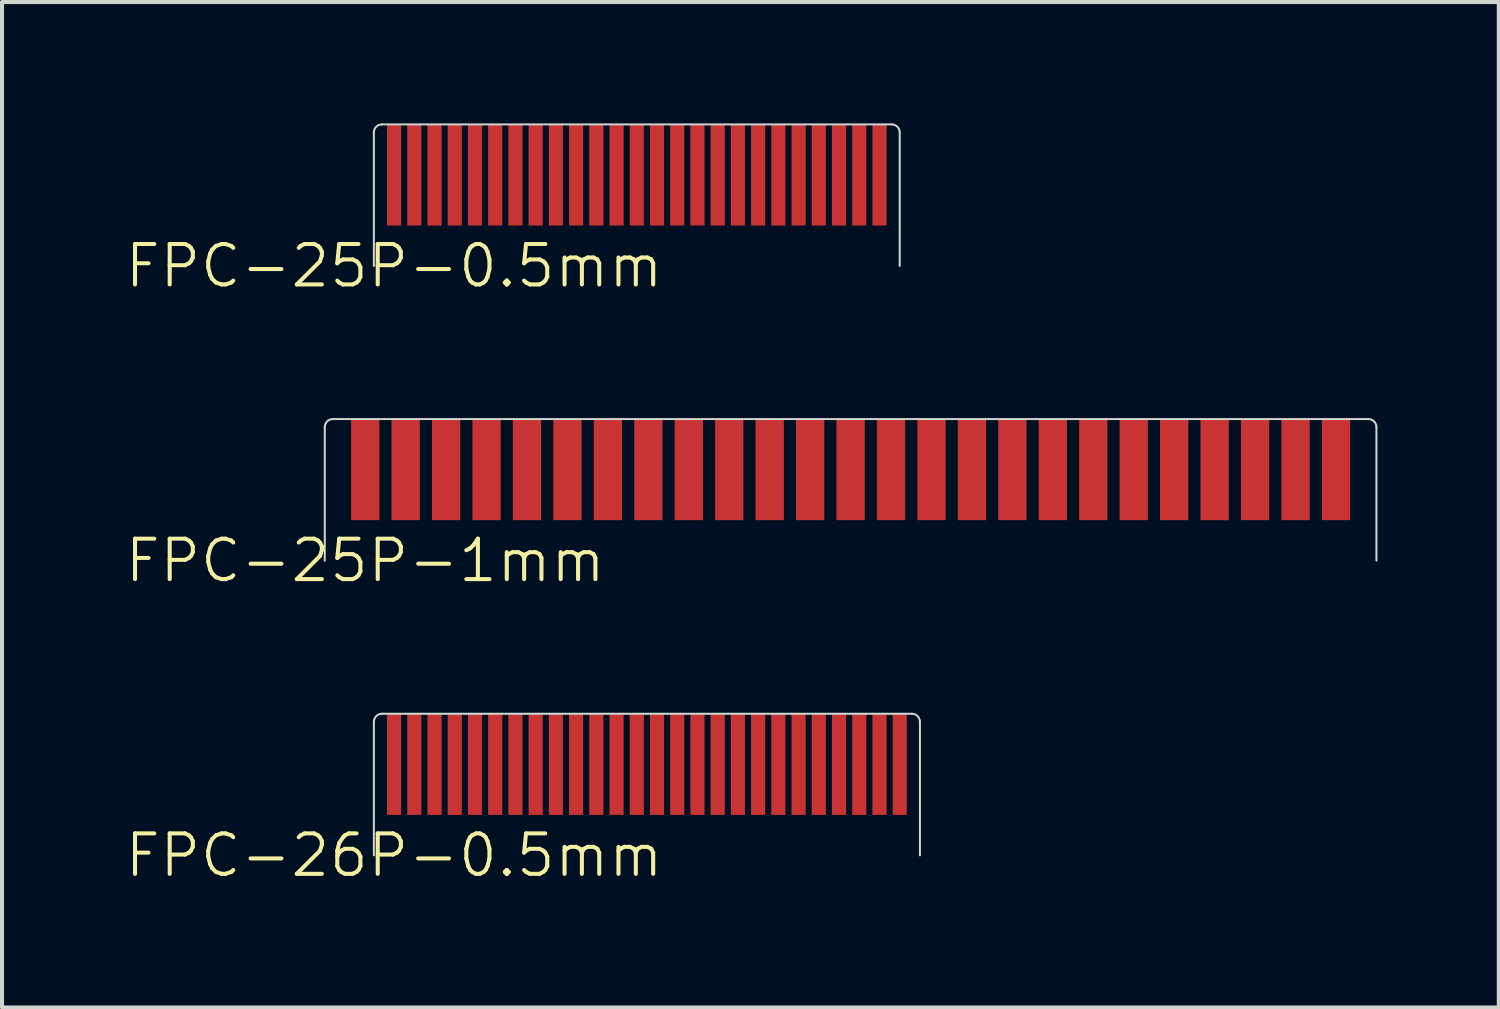
<source format=kicad_pcb>
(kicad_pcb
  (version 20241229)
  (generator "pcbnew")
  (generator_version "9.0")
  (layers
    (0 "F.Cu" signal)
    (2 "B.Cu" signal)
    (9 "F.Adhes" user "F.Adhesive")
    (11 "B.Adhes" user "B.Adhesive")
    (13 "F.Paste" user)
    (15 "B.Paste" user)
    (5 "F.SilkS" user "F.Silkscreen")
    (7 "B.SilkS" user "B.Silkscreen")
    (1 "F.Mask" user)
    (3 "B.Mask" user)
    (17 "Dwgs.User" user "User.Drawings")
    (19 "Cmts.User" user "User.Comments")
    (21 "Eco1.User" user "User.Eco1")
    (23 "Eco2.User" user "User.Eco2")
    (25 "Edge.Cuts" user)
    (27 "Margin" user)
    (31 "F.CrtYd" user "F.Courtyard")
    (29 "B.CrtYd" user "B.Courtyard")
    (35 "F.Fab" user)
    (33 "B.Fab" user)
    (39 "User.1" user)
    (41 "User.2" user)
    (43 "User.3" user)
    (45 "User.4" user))
  (footprint "FPC-26P-0.5mm"
    (layer "F.Cu")
    (at 6.693 15.846)
    (property "Reference" "FPC-26P-0.5mm" (at 0 2.25 0) (unlocked yes) (layer "F.SilkS") (effects (font (size 1 1) (thickness 0.1))))
    (attr smd)
    (fp_line (start -0.5 2.25) (end -0.5 -1.05) (stroke (width 0.05) (type default)) (layer "Edge.Cuts"))
    (fp_line (start -0.3 -1.25) (end 12.8 -1.25) (stroke (width 0.05) (type default)) (layer "Edge.Cuts"))
    (fp_line (start 13 2.25) (end 13 -1.05) (stroke (width 0.05) (type default)) (layer "Edge.Cuts"))
    (fp_arc (start -0.5 -1.05) (mid -0.441421 -1.191421) (end -0.3 -1.25) (stroke (width 0.05) (type default)) (layer "Edge.Cuts"))
    (fp_arc (start 12.8 -1.25) (mid 12.941421 -1.191421) (end 13 -1.05) (stroke (width 0.05) (type default)) (layer "Edge.Cuts"))
    (fp_line (start -0.5 2.25) (end -0.5 -1.05) (stroke (width 0.05) (type default)) (layer "User.1"))
    (fp_line (start -0.5 2.25) (end 13 2.25) (stroke (width 0.05) (type default)) (layer "User.1"))
    (fp_line (start -0.3 -1.25) (end 12.8 -1.25) (stroke (width 0.05) (type default)) (layer "User.1"))
    (fp_line (start 13 2.25) (end 13 -1.05) (stroke (width 0.05) (type default)) (layer "User.1"))
    (fp_arc (start -0.5 -1.05) (mid -0.441421 -1.191421) (end -0.3 -1.25) (stroke (width 0.05) (type default)) (layer "User.1"))
    (fp_arc (start 12.8 -1.25) (mid 12.941421 -1.191421) (end 13 -1.05) (stroke (width 0.05) (type default)) (layer "User.1"))
    (pad "1" smd rect (at 0 0 90) (size 2.5 0.35) (layers "F.Cu" "F.Mask" "F.Paste"))
    (pad "2" smd rect (at 0.5 0 90) (size 2.5 0.35) (layers "F.Cu" "F.Mask" "F.Paste"))
    (pad "3" smd rect (at 1 0 90) (size 2.5 0.35) (layers "F.Cu" "F.Mask" "F.Paste"))
    (pad "4" smd rect (at 1.5 0 90) (size 2.5 0.35) (layers "F.Cu" "F.Mask" "F.Paste"))
    (pad "5" smd rect (at 2 0 90) (size 2.5 0.35) (layers "F.Cu" "F.Mask" "F.Paste"))
    (pad "6" smd rect (at 2.5 0 90) (size 2.5 0.35) (layers "F.Cu" "F.Mask" "F.Paste"))
    (pad "7" smd rect (at 3 0 90) (size 2.5 0.35) (layers "F.Cu" "F.Mask" "F.Paste"))
    (pad "8" smd rect (at 3.5 0 90) (size 2.5 0.35) (layers "F.Cu" "F.Mask" "F.Paste"))
    (pad "9" smd rect (at 4 0 90) (size 2.5 0.35) (layers "F.Cu" "F.Mask" "F.Paste"))
    (pad "10" smd rect (at 4.5 0 90) (size 2.5 0.35) (layers "F.Cu" "F.Mask" "F.Paste"))
    (pad "11" smd rect (at 5 0 90) (size 2.5 0.35) (layers "F.Cu" "F.Mask" "F.Paste"))
    (pad "12" smd rect (at 5.5 0 90) (size 2.5 0.35) (layers "F.Cu" "F.Mask" "F.Paste"))
    (pad "13" smd rect (at 6 0 90) (size 2.5 0.35) (layers "F.Cu" "F.Mask" "F.Paste"))
    (pad "14" smd rect (at 6.5 0 90) (size 2.5 0.35) (layers "F.Cu" "F.Mask" "F.Paste"))
    (pad "15" smd rect (at 7 0 90) (size 2.5 0.35) (layers "F.Cu" "F.Mask" "F.Paste"))
    (pad "16" smd rect (at 7.5 0 90) (size 2.5 0.35) (layers "F.Cu" "F.Mask" "F.Paste"))
    (pad "17" smd rect (at 8 0 90) (size 2.5 0.35) (layers "F.Cu" "F.Mask" "F.Paste"))
    (pad "18" smd rect (at 8.5 0 90) (size 2.5 0.35) (layers "F.Cu" "F.Mask" "F.Paste"))
    (pad "19" smd rect (at 9 0 90) (size 2.5 0.35) (layers "F.Cu" "F.Mask" "F.Paste"))
    (pad "20" smd rect (at 9.5 0 90) (size 2.5 0.35) (layers "F.Cu" "F.Mask" "F.Paste"))
    (pad "21" smd rect (at 10 0 90) (size 2.5 0.35) (layers "F.Cu" "F.Mask" "F.Paste"))
    (pad "22" smd rect (at 10.5 0 90) (size 2.5 0.35) (layers "F.Cu" "F.Mask" "F.Paste"))
    (pad "23" smd rect (at 11 0 90) (size 2.5 0.35) (layers "F.Cu" "F.Mask" "F.Paste"))
    (pad "24" smd rect (at 11.5 0 90) (size 2.5 0.35) (layers "F.Cu" "F.Mask" "F.Paste"))
    (pad "25" smd rect (at 12 0 90) (size 2.5 0.35) (layers "F.Cu" "F.Mask" "F.Paste"))
    (pad "26" smd rect (at 12.5 0 90) (size 2.5 0.35) (layers "F.Cu" "F.Mask" "F.Paste")))
  (footprint "FPC-25P-0.5mm"
    (layer "F.Cu")
    (at 6.693 1.275)
    (property "Reference" "FPC-25P-0.5mm" (at 0 2.25 0) (unlocked yes) (layer "F.SilkS") (effects (font (size 1 1) (thickness 0.1))))
    (attr smd)
    (fp_line (start -0.5 2.25) (end -0.5 -1.05) (stroke (width 0.05) (type default)) (layer "Edge.Cuts"))
    (fp_line (start -0.3 -1.25) (end 12.3 -1.25) (stroke (width 0.05) (type default)) (layer "Edge.Cuts"))
    (fp_line (start 12.5 2.25) (end 12.5 -1.05) (stroke (width 0.05) (type default)) (layer "Edge.Cuts"))
    (fp_arc (start -0.5 -1.05) (mid -0.441421 -1.191421) (end -0.3 -1.25) (stroke (width 0.05) (type default)) (layer "Edge.Cuts"))
    (fp_arc (start 12.3 -1.25) (mid 12.441421 -1.191421) (end 12.5 -1.05) (stroke (width 0.05) (type default)) (layer "Edge.Cuts"))
    (fp_line (start -0.5 2.25) (end -0.5 -1.05) (stroke (width 0.05) (type default)) (layer "User.1"))
    (fp_line (start -0.5 2.25) (end 12.5 2.25) (stroke (width 0.05) (type default)) (layer "User.1"))
    (fp_line (start -0.3 -1.25) (end 12.3 -1.25) (stroke (width 0.05) (type default)) (layer "User.1"))
    (fp_line (start 12.5 2.25) (end 12.5 -1.05) (stroke (width 0.05) (type default)) (layer "User.1"))
    (fp_arc (start -0.5 -1.05) (mid -0.441421 -1.191421) (end -0.3 -1.25) (stroke (width 0.05) (type default)) (layer "User.1"))
    (fp_arc (start 12.3 -1.25) (mid 12.441421 -1.191421) (end 12.5 -1.05) (stroke (width 0.05) (type default)) (layer "User.1"))
    (pad "1" smd rect (at 0 0 90) (size 2.5 0.35) (layers "F.Cu" "F.Mask" "F.Paste"))
    (pad "2" smd rect (at 0.5 0 90) (size 2.5 0.35) (layers "F.Cu" "F.Mask" "F.Paste"))
    (pad "3" smd rect (at 1 0 90) (size 2.5 0.35) (layers "F.Cu" "F.Mask" "F.Paste"))
    (pad "4" smd rect (at 1.5 0 90) (size 2.5 0.35) (layers "F.Cu" "F.Mask" "F.Paste"))
    (pad "5" smd rect (at 2 0 90) (size 2.5 0.35) (layers "F.Cu" "F.Mask" "F.Paste"))
    (pad "6" smd rect (at 2.5 0 90) (size 2.5 0.35) (layers "F.Cu" "F.Mask" "F.Paste"))
    (pad "7" smd rect (at 3 0 90) (size 2.5 0.35) (layers "F.Cu" "F.Mask" "F.Paste"))
    (pad "8" smd rect (at 3.5 0 90) (size 2.5 0.35) (layers "F.Cu" "F.Mask" "F.Paste"))
    (pad "9" smd rect (at 4 0 90) (size 2.5 0.35) (layers "F.Cu" "F.Mask" "F.Paste"))
    (pad "10" smd rect (at 4.5 0 90) (size 2.5 0.35) (layers "F.Cu" "F.Mask" "F.Paste"))
    (pad "11" smd rect (at 5 0 90) (size 2.5 0.35) (layers "F.Cu" "F.Mask" "F.Paste"))
    (pad "12" smd rect (at 5.5 0 90) (size 2.5 0.35) (layers "F.Cu" "F.Mask" "F.Paste"))
    (pad "13" smd rect (at 6 0 90) (size 2.5 0.35) (layers "F.Cu" "F.Mask" "F.Paste"))
    (pad "14" smd rect (at 6.5 0 90) (size 2.5 0.35) (layers "F.Cu" "F.Mask" "F.Paste"))
    (pad "15" smd rect (at 7 0 90) (size 2.5 0.35) (layers "F.Cu" "F.Mask" "F.Paste"))
    (pad "16" smd rect (at 7.5 0 90) (size 2.5 0.35) (layers "F.Cu" "F.Mask" "F.Paste"))
    (pad "17" smd rect (at 8 0 90) (size 2.5 0.35) (layers "F.Cu" "F.Mask" "F.Paste"))
    (pad "18" smd rect (at 8.5 0 90) (size 2.5 0.35) (layers "F.Cu" "F.Mask" "F.Paste"))
    (pad "19" smd rect (at 9 0 90) (size 2.5 0.35) (layers "F.Cu" "F.Mask" "F.Paste"))
    (pad "20" smd rect (at 9.5 0 90) (size 2.5 0.35) (layers "F.Cu" "F.Mask" "F.Paste"))
    (pad "21" smd rect (at 10 0 90) (size 2.5 0.35) (layers "F.Cu" "F.Mask" "F.Paste"))
    (pad "22" smd rect (at 10.5 0 90) (size 2.5 0.35) (layers "F.Cu" "F.Mask" "F.Paste"))
    (pad "23" smd rect (at 11 0 90) (size 2.5 0.35) (layers "F.Cu" "F.Mask" "F.Paste"))
    (pad "24" smd rect (at 11.5 0 90) (size 2.5 0.35) (layers "F.Cu" "F.Mask" "F.Paste"))
    (pad "25" smd rect (at 12 0 90) (size 2.5 0.35) (layers "F.Cu" "F.Mask" "F.Paste")))
  (footprint "FPC-25P-1mm"
    (layer "F.Cu")
    (at 5.979 8.56)
    (property "Reference" "FPC-25P-1mm" (at 0 2.25 0) (unlocked yes) (layer "F.SilkS") (effects (font (size 1 1) (thickness 0.1))))
    (attr smd)
    (fp_line (start -1 2.25) (end -1 -1.05) (stroke (width 0.05) (type default)) (layer "Edge.Cuts"))
    (fp_line (start -0.8 -1.25) (end 24.8 -1.25) (stroke (width 0.05) (type default)) (layer "Edge.Cuts"))
    (fp_line (start 25 2.25) (end 25 -1.05) (stroke (width 0.05) (type default)) (layer "Edge.Cuts"))
    (fp_arc (start -1 -1.05) (mid -0.941421 -1.191421) (end -0.8 -1.25) (stroke (width 0.05) (type default)) (layer "Edge.Cuts"))
    (fp_arc (start 24.8 -1.25) (mid 24.941421 -1.191421) (end 25 -1.05) (stroke (width 0.05) (type default)) (layer "Edge.Cuts"))
    (fp_line (start -1 2.25) (end -1 -1.05) (stroke (width 0.05) (type default)) (layer "User.1"))
    (fp_line (start -1 2.25) (end 25 2.25) (stroke (width 0.05) (type default)) (layer "User.1"))
    (fp_line (start -0.8 -1.25) (end 24.8 -1.25) (stroke (width 0.05) (type default)) (layer "User.1"))
    (fp_line (start 25 2.25) (end 25 -1.05) (stroke (width 0.05) (type default)) (layer "User.1"))
    (fp_arc (start -1 -1.05) (mid -0.941421 -1.191421) (end -0.8 -1.25) (stroke (width 0.05) (type default)) (layer "User.1"))
    (fp_arc (start 24.8 -1.25) (mid 24.941421 -1.191421) (end 25 -1.05) (stroke (width 0.05) (type default)) (layer "User.1"))
    (pad "1" smd rect (at 0 0 90) (size 2.5 0.7) (layers "F.Cu" "F.Mask" "F.Paste"))
    (pad "2" smd rect (at 1 0 90) (size 2.5 0.7) (layers "F.Cu" "F.Mask" "F.Paste"))
    (pad "3" smd rect (at 2 0 90) (size 2.5 0.7) (layers "F.Cu" "F.Mask" "F.Paste"))
    (pad "4" smd rect (at 3 0 90) (size 2.5 0.7) (layers "F.Cu" "F.Mask" "F.Paste"))
    (pad "5" smd rect (at 4 0 90) (size 2.5 0.7) (layers "F.Cu" "F.Mask" "F.Paste"))
    (pad "6" smd rect (at 5 0 90) (size 2.5 0.7) (layers "F.Cu" "F.Mask" "F.Paste"))
    (pad "7" smd rect (at 6 0 90) (size 2.5 0.7) (layers "F.Cu" "F.Mask" "F.Paste"))
    (pad "8" smd rect (at 7 0 90) (size 2.5 0.7) (layers "F.Cu" "F.Mask" "F.Paste"))
    (pad "9" smd rect (at 8 0 90) (size 2.5 0.7) (layers "F.Cu" "F.Mask" "F.Paste"))
    (pad "10" smd rect (at 9 0 90) (size 2.5 0.7) (layers "F.Cu" "F.Mask" "F.Paste"))
    (pad "11" smd rect (at 10 0 90) (size 2.5 0.7) (layers "F.Cu" "F.Mask" "F.Paste"))
    (pad "12" smd rect (at 11 0 90) (size 2.5 0.7) (layers "F.Cu" "F.Mask" "F.Paste"))
    (pad "13" smd rect (at 12 0 90) (size 2.5 0.7) (layers "F.Cu" "F.Mask" "F.Paste"))
    (pad "14" smd rect (at 13 0 90) (size 2.5 0.7) (layers "F.Cu" "F.Mask" "F.Paste"))
    (pad "15" smd rect (at 14 0 90) (size 2.5 0.7) (layers "F.Cu" "F.Mask" "F.Paste"))
    (pad "16" smd rect (at 15 0 90) (size 2.5 0.7) (layers "F.Cu" "F.Mask" "F.Paste"))
    (pad "17" smd rect (at 16 0 90) (size 2.5 0.7) (layers "F.Cu" "F.Mask" "F.Paste"))
    (pad "18" smd rect (at 17 0 90) (size 2.5 0.7) (layers "F.Cu" "F.Mask" "F.Paste"))
    (pad "19" smd rect (at 18 0 90) (size 2.5 0.7) (layers "F.Cu" "F.Mask" "F.Paste"))
    (pad "20" smd rect (at 19 0 90) (size 2.5 0.7) (layers "F.Cu" "F.Mask" "F.Paste"))
    (pad "21" smd rect (at 20 0 90) (size 2.5 0.7) (layers "F.Cu" "F.Mask" "F.Paste"))
    (pad "22" smd rect (at 21 0 90) (size 2.5 0.7) (layers "F.Cu" "F.Mask" "F.Paste"))
    (pad "23" smd rect (at 22 0 90) (size 2.5 0.7) (layers "F.Cu" "F.Mask" "F.Paste"))
    (pad "24" smd rect (at 23 0 90) (size 2.5 0.7) (layers "F.Cu" "F.Mask" "F.Paste"))
    (pad "25" smd rect (at 24 0 90) (size 2.5 0.7) (layers "F.Cu" "F.Mask" "F.Paste")))
  (gr_rect
    (start -3 -3)
    (end 34.004 21.857)
    (stroke (width 0.1) (type default))
    (fill no)
    (layer "Edge.Cuts")))
</source>
